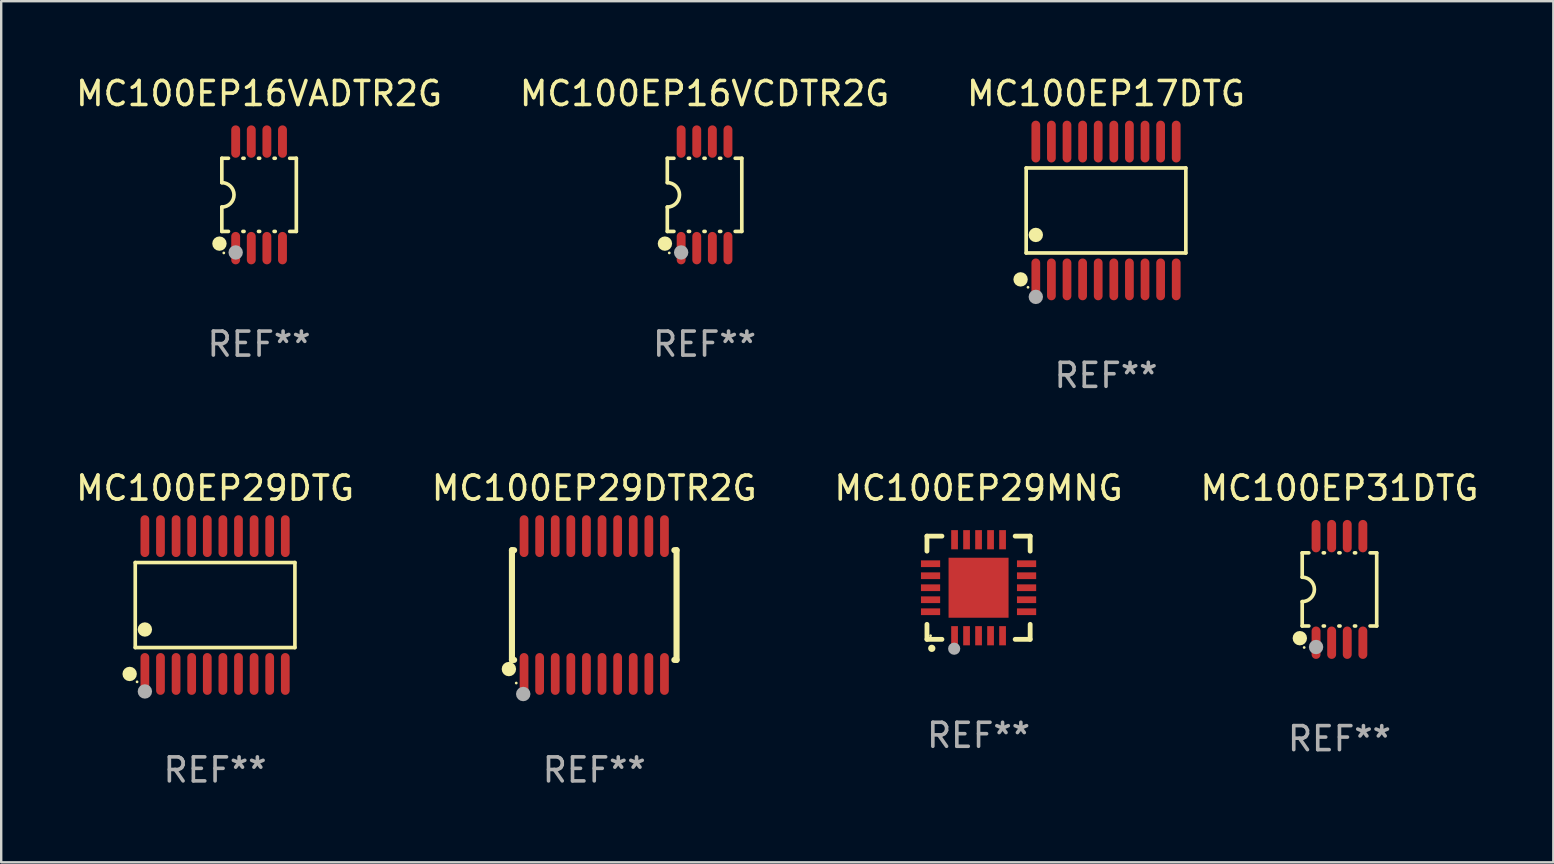
<source format=kicad_pcb>
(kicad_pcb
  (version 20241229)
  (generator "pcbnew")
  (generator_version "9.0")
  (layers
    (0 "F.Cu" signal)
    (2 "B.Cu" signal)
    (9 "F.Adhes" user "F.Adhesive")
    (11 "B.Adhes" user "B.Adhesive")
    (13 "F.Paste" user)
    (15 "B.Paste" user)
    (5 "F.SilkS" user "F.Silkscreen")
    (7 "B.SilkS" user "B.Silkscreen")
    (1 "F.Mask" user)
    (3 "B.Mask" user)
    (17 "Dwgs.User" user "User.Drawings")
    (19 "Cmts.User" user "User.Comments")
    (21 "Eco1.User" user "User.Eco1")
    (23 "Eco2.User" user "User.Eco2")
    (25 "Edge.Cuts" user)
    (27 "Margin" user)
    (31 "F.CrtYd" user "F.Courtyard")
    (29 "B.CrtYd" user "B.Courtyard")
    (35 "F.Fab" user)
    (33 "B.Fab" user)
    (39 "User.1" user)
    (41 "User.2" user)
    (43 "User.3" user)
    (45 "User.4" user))
  (footprint "MC100EP29DTR2G"
    (layer "F.Cu")
    (at 21.708 22.158)
    (property "Reference" "MC100EP29DTR2G" (at 0 -4.871 0) (layer "F.SilkS") (effects (font (size 1 1) (thickness 0.15))))
    (attr through_hole)
    (fp_line (start -3.429 -2.286) (end -3.429 2.286) (stroke (width 0.254) (type solid)) (layer "F.SilkS"))
    (fp_line (start -3.429 2.286) (end -3.338 2.286) (stroke (width 0.254) (type solid)) (layer "F.SilkS"))
    (fp_line (start -3.338 -2.286) (end -3.429 -2.286) (stroke (width 0.254) (type solid)) (layer "F.SilkS"))
    (fp_line (start 3.338 -2.286) (end 3.429 -2.286) (stroke (width 0.254) (type solid)) (layer "F.SilkS"))
    (fp_line (start 3.429 -2.286) (end 3.429 2.286) (stroke (width 0.254) (type solid)) (layer "F.SilkS"))
    (fp_line (start 3.429 2.286) (end 3.338 2.286) (stroke (width 0.254) (type solid)) (layer "F.SilkS"))
    (fp_circle (center -3.556 2.667) (end -3.406 2.667) (stroke (width 0.3) (type solid)) (fill no) (layer "F.SilkS"))
    (fp_circle (center -3.25 3.25) (end -3.22 3.25) (stroke (width 0.06) (type solid)) (fill no) (layer "F.SilkS"))
    (fp_circle (center -2.959 3.707) (end -2.808 3.707) (stroke (width 0.3) (type solid)) (fill no) (layer "F.Fab"))
    (fp_text user "REF**" (at 0 6.871 0) (layer "F.Fab") (effects (font (size 1 1) (thickness 0.15))))
    (pad "1" smd oval (at -2.925 2.871) (size 0.364 1.742) (layers "F.Cu" "F.Mask" "F.Paste"))
    (pad "2" smd oval (at -2.275 2.871) (size 0.364 1.742) (layers "F.Cu" "F.Mask" "F.Paste"))
    (pad "3" smd oval (at -1.625 2.871) (size 0.364 1.742) (layers "F.Cu" "F.Mask" "F.Paste"))
    (pad "4" smd oval (at -0.975 2.871) (size 0.364 1.742) (layers "F.Cu" "F.Mask" "F.Paste"))
    (pad "5" smd oval (at -0.325 2.871) (size 0.364 1.742) (layers "F.Cu" "F.Mask" "F.Paste"))
    (pad "6" smd oval (at 0.325 2.871) (size 0.364 1.742) (layers "F.Cu" "F.Mask" "F.Paste"))
    (pad "7" smd oval (at 0.975 2.871) (size 0.364 1.742) (layers "F.Cu" "F.Mask" "F.Paste"))
    (pad "8" smd oval (at 1.625 2.871) (size 0.364 1.742) (layers "F.Cu" "F.Mask" "F.Paste"))
    (pad "9" smd oval (at 2.275 2.871) (size 0.364 1.742) (layers "F.Cu" "F.Mask" "F.Paste"))
    (pad "10" smd oval (at 2.925 2.871) (size 0.364 1.742) (layers "F.Cu" "F.Mask" "F.Paste"))
    (pad "11" smd oval (at 2.925 -2.871) (size 0.364 1.742) (layers "F.Cu" "F.Mask" "F.Paste"))
    (pad "12" smd oval (at 2.275 -2.871) (size 0.364 1.742) (layers "F.Cu" "F.Mask" "F.Paste"))
    (pad "13" smd oval (at 1.625 -2.871) (size 0.364 1.742) (layers "F.Cu" "F.Mask" "F.Paste"))
    (pad "14" smd oval (at 0.975 -2.871) (size 0.364 1.742) (layers "F.Cu" "F.Mask" "F.Paste"))
    (pad "15" smd oval (at 0.325 -2.871) (size 0.364 1.742) (layers "F.Cu" "F.Mask" "F.Paste"))
    (pad "16" smd oval (at -0.325 -2.871) (size 0.364 1.742) (layers "F.Cu" "F.Mask" "F.Paste"))
    (pad "17" smd oval (at -0.975 -2.871) (size 0.364 1.742) (layers "F.Cu" "F.Mask" "F.Paste"))
    (pad "18" smd oval (at -1.625 -2.871) (size 0.364 1.742) (layers "F.Cu" "F.Mask" "F.Paste"))
    (pad "19" smd oval (at -2.275 -2.871) (size 0.364 1.742) (layers "F.Cu" "F.Mask" "F.Paste"))
    (pad "20" smd oval (at -2.925 -2.871) (size 0.364 1.742) (layers "F.Cu" "F.Mask" "F.Paste")))
  (footprint "MC100EP16VCDTR2G"
    (layer "F.Cu")
    (at 26.304 5.068)
    (property "Reference" "MC100EP16VCDTR2G" (at 0 -4.22 0) (layer "F.SilkS") (effects (font (size 1 1) (thickness 0.15))))
    (attr through_hole)
    (fp_line (start -1.552 -1.524) (end -1.276 -1.524) (stroke (width 0.152) (type solid)) (layer "F.SilkS"))
    (fp_line (start -1.552 -0.508) (end -1.552 -1.524) (stroke (width 0.152) (type solid)) (layer "F.SilkS"))
    (fp_line (start -1.552 1.524) (end -1.552 0.508) (stroke (width 0.152) (type solid)) (layer "F.SilkS"))
    (fp_line (start -1.552 1.524) (end -1.276 1.524) (stroke (width 0.152) (type solid)) (layer "F.SilkS"))
    (fp_line (start -0.674 -1.524) (end -0.626 -1.524) (stroke (width 0.152) (type solid)) (layer "F.SilkS"))
    (fp_line (start -0.674 1.524) (end -0.626 1.524) (stroke (width 0.152) (type solid)) (layer "F.SilkS"))
    (fp_line (start -0.024 -1.524) (end 0.024 -1.524) (stroke (width 0.152) (type solid)) (layer "F.SilkS"))
    (fp_line (start -0.024 1.524) (end 0.024 1.524) (stroke (width 0.152) (type solid)) (layer "F.SilkS"))
    (fp_line (start 0.626 -1.524) (end 0.674 -1.524) (stroke (width 0.152) (type solid)) (layer "F.SilkS"))
    (fp_line (start 0.626 1.524) (end 0.674 1.524) (stroke (width 0.152) (type solid)) (layer "F.SilkS"))
    (fp_line (start 1.276 1.524) (end 1.552 1.524) (stroke (width 0.152) (type solid)) (layer "F.SilkS"))
    (fp_line (start 1.276 -1.524) (end 1.552 -1.524) (stroke (width 0.152) (type solid)) (layer "F.SilkS"))
    (fp_line (start 1.552 -1.524) (end 1.552 1.524) (stroke (width 0.152) (type solid)) (layer "F.SilkS"))
    (fp_arc (start -1.551943 -0.508001) (mid -1.043942 0) (end -1.551943 0.508001) (stroke (width 0.151994) (type solid)) (layer "F.SilkS"))
    (fp_circle (center -1.651 2.032) (end -1.501 2.032) (stroke (width 0.3) (type solid)) (fill no) (layer "F.SilkS"))
    (fp_circle (center -1.47 2.42) (end -1.44 2.42) (stroke (width 0.06) (type solid)) (fill no) (layer "F.SilkS"))
    (fp_circle (center -0.975 2.4) (end -0.825 2.4) (stroke (width 0.3) (type solid)) (fill no) (layer "F.Fab"))
    (fp_text user "REF**" (at 0 6.22 0) (layer "F.Fab") (effects (font (size 1 1) (thickness 0.15))))
    (pad "1" smd oval (at -0.975 2.22) (size 0.37 1.35) (layers "F.Cu" "F.Mask" "F.Paste"))
    (pad "2" smd oval (at -0.325 2.22) (size 0.37 1.35) (layers "F.Cu" "F.Mask" "F.Paste"))
    (pad "3" smd oval (at 0.325 2.22) (size 0.37 1.35) (layers "F.Cu" "F.Mask" "F.Paste"))
    (pad "4" smd oval (at 0.975 2.22) (size 0.37 1.35) (layers "F.Cu" "F.Mask" "F.Paste"))
    (pad "5" smd oval (at 0.975 -2.22) (size 0.37 1.35) (layers "F.Cu" "F.Mask" "F.Paste"))
    (pad "6" smd oval (at 0.325 -2.22) (size 0.37 1.35) (layers "F.Cu" "F.Mask" "F.Paste"))
    (pad "7" smd oval (at -0.325 -2.22) (size 0.37 1.35) (layers "F.Cu" "F.Mask" "F.Paste"))
    (pad "8" smd oval (at -0.975 -2.22) (size 0.37 1.35) (layers "F.Cu" "F.Mask" "F.Paste")))
  (footprint "MC100EP29DTG"
    (layer "F.Cu")
    (at 5.911 22.158)
    (property "Reference" "MC100EP29DTG" (at 0 -4.871 0) (layer "F.SilkS") (effects (font (size 1 1) (thickness 0.15))))
    (attr through_hole)
    (fp_line (start -3.326 -1.771) (end 3.326 -1.771) (stroke (width 0.152) (type solid)) (layer "F.SilkS"))
    (fp_line (start -3.326 1.771) (end -3.326 -1.771) (stroke (width 0.152) (type solid)) (layer "F.SilkS"))
    (fp_line (start 3.326 -1.771) (end 3.326 1.771) (stroke (width 0.152) (type solid)) (layer "F.SilkS"))
    (fp_line (start 3.326 1.771) (end -3.326 1.771) (stroke (width 0.152) (type solid)) (layer "F.SilkS"))
    (fp_circle (center -3.559 2.871) (end -3.409 2.871) (stroke (width 0.3) (type solid)) (fill no) (layer "F.SilkS"))
    (fp_circle (center -3.25 3.2) (end -3.22 3.2) (stroke (width 0.06) (type solid)) (fill no) (layer "F.SilkS"))
    (fp_circle (center -2.925 1.019) (end -2.775 1.019) (stroke (width 0.3) (type solid)) (fill no) (layer "F.SilkS"))
    (fp_circle (center -2.925 3.6) (end -2.775 3.6) (stroke (width 0.3) (type solid)) (fill no) (layer "F.Fab"))
    (fp_text user "REF**" (at 0 6.871 0) (layer "F.Fab") (effects (font (size 1 1) (thickness 0.15))))
    (pad "1" smd oval (at -2.925 2.871) (size 0.364 1.742) (layers "F.Cu" "F.Mask" "F.Paste"))
    (pad "2" smd oval (at -2.275 2.871) (size 0.364 1.742) (layers "F.Cu" "F.Mask" "F.Paste"))
    (pad "3" smd oval (at -1.625 2.871) (size 0.364 1.742) (layers "F.Cu" "F.Mask" "F.Paste"))
    (pad "4" smd oval (at -0.975 2.871) (size 0.364 1.742) (layers "F.Cu" "F.Mask" "F.Paste"))
    (pad "5" smd oval (at -0.325 2.871) (size 0.364 1.742) (layers "F.Cu" "F.Mask" "F.Paste"))
    (pad "6" smd oval (at 0.325 2.871) (size 0.364 1.742) (layers "F.Cu" "F.Mask" "F.Paste"))
    (pad "7" smd oval (at 0.975 2.871) (size 0.364 1.742) (layers "F.Cu" "F.Mask" "F.Paste"))
    (pad "8" smd oval (at 1.625 2.871) (size 0.364 1.742) (layers "F.Cu" "F.Mask" "F.Paste"))
    (pad "9" smd oval (at 2.275 2.871) (size 0.364 1.742) (layers "F.Cu" "F.Mask" "F.Paste"))
    (pad "10" smd oval (at 2.925 2.871) (size 0.364 1.742) (layers "F.Cu" "F.Mask" "F.Paste"))
    (pad "11" smd oval (at 2.925 -2.871) (size 0.364 1.742) (layers "F.Cu" "F.Mask" "F.Paste"))
    (pad "12" smd oval (at 2.275 -2.871) (size 0.364 1.742) (layers "F.Cu" "F.Mask" "F.Paste"))
    (pad "13" smd oval (at 1.625 -2.871) (size 0.364 1.742) (layers "F.Cu" "F.Mask" "F.Paste"))
    (pad "14" smd oval (at 0.975 -2.871) (size 0.364 1.742) (layers "F.Cu" "F.Mask" "F.Paste"))
    (pad "15" smd oval (at 0.325 -2.871) (size 0.364 1.742) (layers "F.Cu" "F.Mask" "F.Paste"))
    (pad "16" smd oval (at -0.325 -2.871) (size 0.364 1.742) (layers "F.Cu" "F.Mask" "F.Paste"))
    (pad "17" smd oval (at -0.975 -2.871) (size 0.364 1.742) (layers "F.Cu" "F.Mask" "F.Paste"))
    (pad "18" smd oval (at -1.625 -2.871) (size 0.364 1.742) (layers "F.Cu" "F.Mask" "F.Paste"))
    (pad "19" smd oval (at -2.275 -2.871) (size 0.364 1.742) (layers "F.Cu" "F.Mask" "F.Paste"))
    (pad "20" smd oval (at -2.925 -2.871) (size 0.364 1.742) (layers "F.Cu" "F.Mask" "F.Paste")))
  (footprint "MC100EP31DTG"
    (layer "F.Cu")
    (at 52.756 21.507)
    (property "Reference" "MC100EP31DTG" (at 0 -4.22 0) (layer "F.SilkS") (effects (font (size 1 1) (thickness 0.15))))
    (attr through_hole)
    (fp_line (start -1.552 -1.524) (end -1.276 -1.524) (stroke (width 0.152) (type solid)) (layer "F.SilkS"))
    (fp_line (start -1.552 -0.508) (end -1.552 -1.524) (stroke (width 0.152) (type solid)) (layer "F.SilkS"))
    (fp_line (start -1.552 1.524) (end -1.552 0.508) (stroke (width 0.152) (type solid)) (layer "F.SilkS"))
    (fp_line (start -1.552 1.524) (end -1.276 1.524) (stroke (width 0.152) (type solid)) (layer "F.SilkS"))
    (fp_line (start -0.674 -1.524) (end -0.626 -1.524) (stroke (width 0.152) (type solid)) (layer "F.SilkS"))
    (fp_line (start -0.674 1.524) (end -0.626 1.524) (stroke (width 0.152) (type solid)) (layer "F.SilkS"))
    (fp_line (start -0.024 -1.524) (end 0.024 -1.524) (stroke (width 0.152) (type solid)) (layer "F.SilkS"))
    (fp_line (start -0.024 1.524) (end 0.024 1.524) (stroke (width 0.152) (type solid)) (layer "F.SilkS"))
    (fp_line (start 0.626 -1.524) (end 0.674 -1.524) (stroke (width 0.152) (type solid)) (layer "F.SilkS"))
    (fp_line (start 0.626 1.524) (end 0.674 1.524) (stroke (width 0.152) (type solid)) (layer "F.SilkS"))
    (fp_line (start 1.276 1.524) (end 1.552 1.524) (stroke (width 0.152) (type solid)) (layer "F.SilkS"))
    (fp_line (start 1.276 -1.524) (end 1.552 -1.524) (stroke (width 0.152) (type solid)) (layer "F.SilkS"))
    (fp_line (start 1.552 -1.524) (end 1.552 1.524) (stroke (width 0.152) (type solid)) (layer "F.SilkS"))
    (fp_arc (start -1.551943 -0.508001) (mid -1.043942 0) (end -1.551943 0.508001) (stroke (width 0.151994) (type solid)) (layer "F.SilkS"))
    (fp_circle (center -1.651 2.032) (end -1.501 2.032) (stroke (width 0.3) (type solid)) (fill no) (layer "F.SilkS"))
    (fp_circle (center -1.47 2.42) (end -1.44 2.42) (stroke (width 0.06) (type solid)) (fill no) (layer "F.SilkS"))
    (fp_circle (center -0.975 2.4) (end -0.825 2.4) (stroke (width 0.3) (type solid)) (fill no) (layer "F.Fab"))
    (fp_text user "REF**" (at 0 6.22 0) (layer "F.Fab") (effects (font (size 1 1) (thickness 0.15))))
    (pad "1" smd oval (at -0.975 2.22) (size 0.37 1.35) (layers "F.Cu" "F.Mask" "F.Paste"))
    (pad "2" smd oval (at -0.325 2.22) (size 0.37 1.35) (layers "F.Cu" "F.Mask" "F.Paste"))
    (pad "3" smd oval (at 0.325 2.22) (size 0.37 1.35) (layers "F.Cu" "F.Mask" "F.Paste"))
    (pad "4" smd oval (at 0.975 2.22) (size 0.37 1.35) (layers "F.Cu" "F.Mask" "F.Paste"))
    (pad "5" smd oval (at 0.975 -2.22) (size 0.37 1.35) (layers "F.Cu" "F.Mask" "F.Paste"))
    (pad "6" smd oval (at 0.325 -2.22) (size 0.37 1.35) (layers "F.Cu" "F.Mask" "F.Paste"))
    (pad "7" smd oval (at -0.325 -2.22) (size 0.37 1.35) (layers "F.Cu" "F.Mask" "F.Paste"))
    (pad "8" smd oval (at -0.975 -2.22) (size 0.37 1.35) (layers "F.Cu" "F.Mask" "F.Paste")))
  (footprint "MC100EP29MNG"
    (layer "F.Cu")
    (at 37.72 21.437)
    (property "Reference" "MC100EP29MNG" (at 0 -4.15 0) (layer "F.SilkS") (effects (font (size 1 1) (thickness 0.15))))
    (attr through_hole)
    (fp_line (start -2.15 -2.15) (end -2.15 -1.525) (stroke (width 0.2) (type solid)) (layer "F.SilkS"))
    (fp_line (start -2.15 2.15) (end -2.15 1.525) (stroke (width 0.2) (type solid)) (layer "F.SilkS"))
    (fp_line (start -1.525 -2.15) (end -2.15 -2.15) (stroke (width 0.2) (type solid)) (layer "F.SilkS"))
    (fp_line (start -1.525 2.15) (end -2.15 2.15) (stroke (width 0.2) (type solid)) (layer "F.SilkS"))
    (fp_line (start 1.525 2.15) (end 2.15 2.15) (stroke (width 0.2) (type solid)) (layer "F.SilkS"))
    (fp_line (start 2.15 -2.15) (end 1.525 -2.15) (stroke (width 0.2) (type solid)) (layer "F.SilkS"))
    (fp_line (start 2.15 -1.525) (end 2.15 -2.15) (stroke (width 0.2) (type solid)) (layer "F.SilkS"))
    (fp_line (start 2.15 2.15) (end 2.15 1.525) (stroke (width 0.2) (type solid)) (layer "F.SilkS"))
    (fp_arc (start -1.950724 2.524765) (mid -1.949454 2.52476) (end -1.948184 2.524765) (stroke (width 0.3) (type solid)) (layer "F.SilkS"))
    (fp_circle (center -2 2) (end -1.97 2) (stroke (width 0.06) (type solid)) (fill no) (layer "F.SilkS"))
    (fp_circle (center -1.016 2.54) (end -0.889 2.54) (stroke (width 0.254) (type solid)) (fill no) (layer "F.Fab"))
    (fp_text user "REF**" (at 0 6.15 0) (layer "F.Fab") (effects (font (size 1 1) (thickness 0.15))))
    (pad "1" smd rect (at -1 2) (size 0.28 0.8) (layers "F.Cu" "F.Mask" "F.Paste"))
    (pad "2" smd rect (at -0.5 2) (size 0.28 0.8) (layers "F.Cu" "F.Mask" "F.Paste"))
    (pad "3" smd rect (at 0 2) (size 0.28 0.8) (layers "F.Cu" "F.Mask" "F.Paste"))
    (pad "4" smd rect (at 0.5 2) (size 0.28 0.8) (layers "F.Cu" "F.Mask" "F.Paste"))
    (pad "5" smd rect (at 1 2) (size 0.28 0.8) (layers "F.Cu" "F.Mask" "F.Paste"))
    (pad "6" smd rect (at 2 1) (size 0.8 0.28) (layers "F.Cu" "F.Mask" "F.Paste"))
    (pad "7" smd rect (at 2 0.5) (size 0.8 0.28) (layers "F.Cu" "F.Mask" "F.Paste"))
    (pad "8" smd rect (at 2 0) (size 0.8 0.28) (layers "F.Cu" "F.Mask" "F.Paste"))
    (pad "9" smd rect (at 2 -0.5) (size 0.8 0.28) (layers "F.Cu" "F.Mask" "F.Paste"))
    (pad "10" smd rect (at 2 -1) (size 0.8 0.28) (layers "F.Cu" "F.Mask" "F.Paste"))
    (pad "11" smd rect (at 1 -2) (size 0.28 0.8) (layers "F.Cu" "F.Mask" "F.Paste"))
    (pad "12" smd rect (at 0.5 -2) (size 0.28 0.8) (layers "F.Cu" "F.Mask" "F.Paste"))
    (pad "13" smd rect (at 0 -2) (size 0.28 0.8) (layers "F.Cu" "F.Mask" "F.Paste"))
    (pad "14" smd rect (at -0.5 -2) (size 0.28 0.8) (layers "F.Cu" "F.Mask" "F.Paste"))
    (pad "15" smd rect (at -1 -2) (size 0.28 0.8) (layers "F.Cu" "F.Mask" "F.Paste"))
    (pad "16" smd rect (at -2 -1) (size 0.8 0.28) (layers "F.Cu" "F.Mask" "F.Paste"))
    (pad "17" smd rect (at -2 -0.5) (size 0.8 0.28) (layers "F.Cu" "F.Mask" "F.Paste"))
    (pad "18" smd rect (at -2 0) (size 0.8 0.28) (layers "F.Cu" "F.Mask" "F.Paste"))
    (pad "19" smd rect (at -2 0.5) (size 0.8 0.28) (layers "F.Cu" "F.Mask" "F.Paste"))
    (pad "20" smd rect (at -2 1) (size 0.8 0.28) (layers "F.Cu" "F.Mask" "F.Paste"))
    (pad "21" smd rect (at 0 0) (size 2.5 2.5) (layers "F.Cu" "F.Mask" "F.Paste")))
  (footprint "MC100EP17DTG"
    (layer "F.Cu")
    (at 43.03 5.719)
    (property "Reference" "MC100EP17DTG" (at 0 -4.871 0) (layer "F.SilkS") (effects (font (size 1 1) (thickness 0.15))))
    (attr through_hole)
    (fp_line (start -3.326 -1.771) (end 3.326 -1.771) (stroke (width 0.152) (type solid)) (layer "F.SilkS"))
    (fp_line (start -3.326 1.771) (end -3.326 -1.771) (stroke (width 0.152) (type solid)) (layer "F.SilkS"))
    (fp_line (start 3.326 -1.771) (end 3.326 1.771) (stroke (width 0.152) (type solid)) (layer "F.SilkS"))
    (fp_line (start 3.326 1.771) (end -3.326 1.771) (stroke (width 0.152) (type solid)) (layer "F.SilkS"))
    (fp_circle (center -3.559 2.871) (end -3.409 2.871) (stroke (width 0.3) (type solid)) (fill no) (layer "F.SilkS"))
    (fp_circle (center -3.25 3.2) (end -3.22 3.2) (stroke (width 0.06) (type solid)) (fill no) (layer "F.SilkS"))
    (fp_circle (center -2.925 1.019) (end -2.775 1.019) (stroke (width 0.3) (type solid)) (fill no) (layer "F.SilkS"))
    (fp_circle (center -2.925 3.6) (end -2.775 3.6) (stroke (width 0.3) (type solid)) (fill no) (layer "F.Fab"))
    (fp_text user "REF**" (at 0 6.871 0) (layer "F.Fab") (effects (font (size 1 1) (thickness 0.15))))
    (pad "1" smd oval (at -2.925 2.871) (size 0.364 1.742) (layers "F.Cu" "F.Mask" "F.Paste"))
    (pad "2" smd oval (at -2.275 2.871) (size 0.364 1.742) (layers "F.Cu" "F.Mask" "F.Paste"))
    (pad "3" smd oval (at -1.625 2.871) (size 0.364 1.742) (layers "F.Cu" "F.Mask" "F.Paste"))
    (pad "4" smd oval (at -0.975 2.871) (size 0.364 1.742) (layers "F.Cu" "F.Mask" "F.Paste"))
    (pad "5" smd oval (at -0.325 2.871) (size 0.364 1.742) (layers "F.Cu" "F.Mask" "F.Paste"))
    (pad "6" smd oval (at 0.325 2.871) (size 0.364 1.742) (layers "F.Cu" "F.Mask" "F.Paste"))
    (pad "7" smd oval (at 0.975 2.871) (size 0.364 1.742) (layers "F.Cu" "F.Mask" "F.Paste"))
    (pad "8" smd oval (at 1.625 2.871) (size 0.364 1.742) (layers "F.Cu" "F.Mask" "F.Paste"))
    (pad "9" smd oval (at 2.275 2.871) (size 0.364 1.742) (layers "F.Cu" "F.Mask" "F.Paste"))
    (pad "10" smd oval (at 2.925 2.871) (size 0.364 1.742) (layers "F.Cu" "F.Mask" "F.Paste"))
    (pad "11" smd oval (at 2.925 -2.871) (size 0.364 1.742) (layers "F.Cu" "F.Mask" "F.Paste"))
    (pad "12" smd oval (at 2.275 -2.871) (size 0.364 1.742) (layers "F.Cu" "F.Mask" "F.Paste"))
    (pad "13" smd oval (at 1.625 -2.871) (size 0.364 1.742) (layers "F.Cu" "F.Mask" "F.Paste"))
    (pad "14" smd oval (at 0.975 -2.871) (size 0.364 1.742) (layers "F.Cu" "F.Mask" "F.Paste"))
    (pad "15" smd oval (at 0.325 -2.871) (size 0.364 1.742) (layers "F.Cu" "F.Mask" "F.Paste"))
    (pad "16" smd oval (at -0.325 -2.871) (size 0.364 1.742) (layers "F.Cu" "F.Mask" "F.Paste"))
    (pad "17" smd oval (at -0.975 -2.871) (size 0.364 1.742) (layers "F.Cu" "F.Mask" "F.Paste"))
    (pad "18" smd oval (at -1.625 -2.871) (size 0.364 1.742) (layers "F.Cu" "F.Mask" "F.Paste"))
    (pad "19" smd oval (at -2.275 -2.871) (size 0.364 1.742) (layers "F.Cu" "F.Mask" "F.Paste"))
    (pad "20" smd oval (at -2.925 -2.871) (size 0.364 1.742) (layers "F.Cu" "F.Mask" "F.Paste")))
  (footprint "MC100EP16VADTR2G"
    (layer "F.Cu")
    (at 7.744 5.068)
    (property "Reference" "MC100EP16VADTR2G" (at 0 -4.22 0) (layer "F.SilkS") (effects (font (size 1 1) (thickness 0.15))))
    (attr through_hole)
    (fp_line (start -1.552 -1.524) (end -1.276 -1.524) (stroke (width 0.152) (type solid)) (layer "F.SilkS"))
    (fp_line (start -1.552 -0.508) (end -1.552 -1.524) (stroke (width 0.152) (type solid)) (layer "F.SilkS"))
    (fp_line (start -1.552 1.524) (end -1.552 0.508) (stroke (width 0.152) (type solid)) (layer "F.SilkS"))
    (fp_line (start -1.552 1.524) (end -1.276 1.524) (stroke (width 0.152) (type solid)) (layer "F.SilkS"))
    (fp_line (start -0.674 -1.524) (end -0.626 -1.524) (stroke (width 0.152) (type solid)) (layer "F.SilkS"))
    (fp_line (start -0.674 1.524) (end -0.626 1.524) (stroke (width 0.152) (type solid)) (layer "F.SilkS"))
    (fp_line (start -0.024 -1.524) (end 0.024 -1.524) (stroke (width 0.152) (type solid)) (layer "F.SilkS"))
    (fp_line (start -0.024 1.524) (end 0.024 1.524) (stroke (width 0.152) (type solid)) (layer "F.SilkS"))
    (fp_line (start 0.626 -1.524) (end 0.674 -1.524) (stroke (width 0.152) (type solid)) (layer "F.SilkS"))
    (fp_line (start 0.626 1.524) (end 0.674 1.524) (stroke (width 0.152) (type solid)) (layer "F.SilkS"))
    (fp_line (start 1.276 1.524) (end 1.552 1.524) (stroke (width 0.152) (type solid)) (layer "F.SilkS"))
    (fp_line (start 1.276 -1.524) (end 1.552 -1.524) (stroke (width 0.152) (type solid)) (layer "F.SilkS"))
    (fp_line (start 1.552 -1.524) (end 1.552 1.524) (stroke (width 0.152) (type solid)) (layer "F.SilkS"))
    (fp_arc (start -1.551943 -0.508001) (mid -1.043942 0) (end -1.551943 0.508001) (stroke (width 0.151994) (type solid)) (layer "F.SilkS"))
    (fp_circle (center -1.651 2.032) (end -1.501 2.032) (stroke (width 0.3) (type solid)) (fill no) (layer "F.SilkS"))
    (fp_circle (center -1.47 2.42) (end -1.44 2.42) (stroke (width 0.06) (type solid)) (fill no) (layer "F.SilkS"))
    (fp_circle (center -0.975 2.4) (end -0.825 2.4) (stroke (width 0.3) (type solid)) (fill no) (layer "F.Fab"))
    (fp_text user "REF**" (at 0 6.22 0) (layer "F.Fab") (effects (font (size 1 1) (thickness 0.15))))
    (pad "1" smd oval (at -0.975 2.22) (size 0.37 1.35) (layers "F.Cu" "F.Mask" "F.Paste"))
    (pad "2" smd oval (at -0.325 2.22) (size 0.37 1.35) (layers "F.Cu" "F.Mask" "F.Paste"))
    (pad "3" smd oval (at 0.325 2.22) (size 0.37 1.35) (layers "F.Cu" "F.Mask" "F.Paste"))
    (pad "4" smd oval (at 0.975 2.22) (size 0.37 1.35) (layers "F.Cu" "F.Mask" "F.Paste"))
    (pad "5" smd oval (at 0.975 -2.22) (size 0.37 1.35) (layers "F.Cu" "F.Mask" "F.Paste"))
    (pad "6" smd oval (at 0.325 -2.22) (size 0.37 1.35) (layers "F.Cu" "F.Mask" "F.Paste"))
    (pad "7" smd oval (at -0.325 -2.22) (size 0.37 1.35) (layers "F.Cu" "F.Mask" "F.Paste"))
    (pad "8" smd oval (at -0.975 -2.22) (size 0.37 1.35) (layers "F.Cu" "F.Mask" "F.Paste")))
  (gr_rect
    (start -3 -3)
    (end 61.667 32.877)
    (stroke (width 0.1) (type default))
    (fill no)
    (layer "Edge.Cuts")))
</source>
